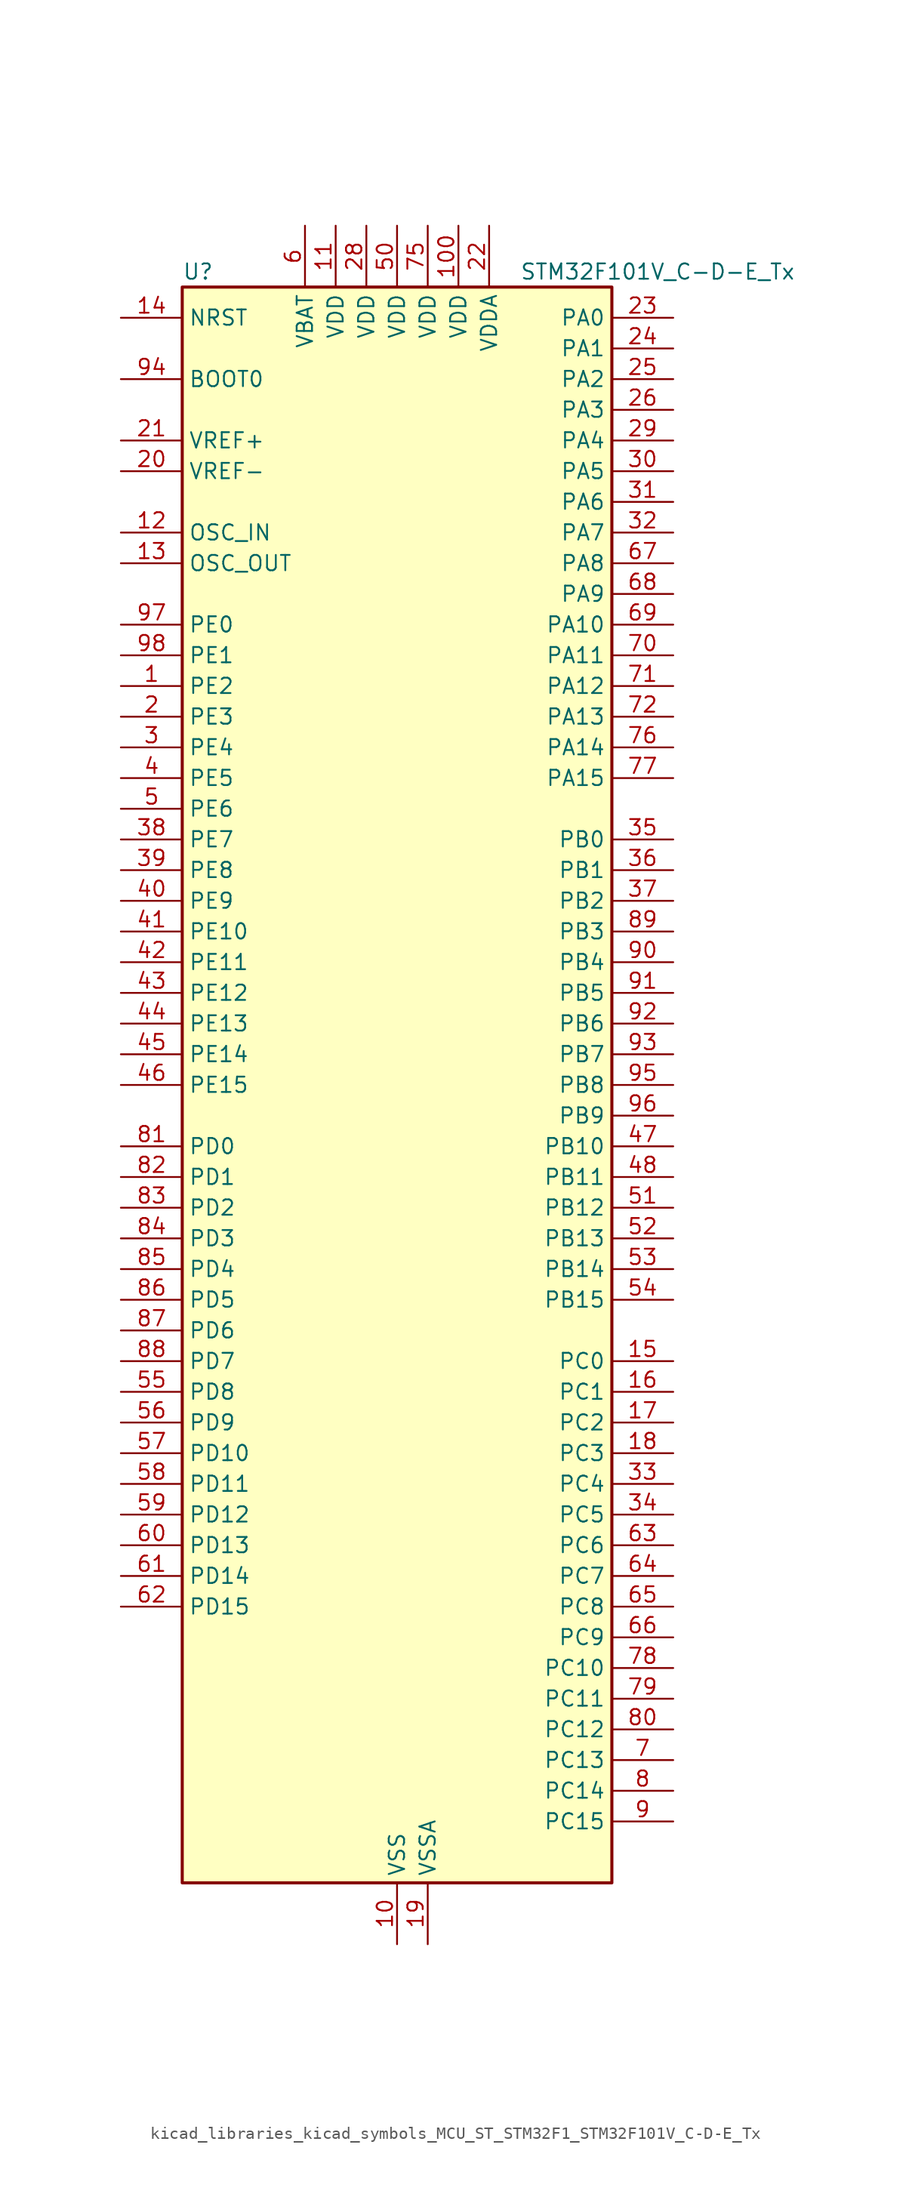
<source format=kicad_sym>
(kicad_symbol_lib
  (version 20220914)
  (generator kicad_symbol_editor)
  (symbol "kicad_libraries_kicad_symbols_MCU_ST_STM32F1_STM32F101V_C-D-E_Tx"
    (property "Reference" "U"
      (at -17.78 67.31 0)
      (effects (font (size 1.27 1.27)) (justify left)))
    (property "Value" "STM32F101V_C-D-E_Tx"
      (at 10.16 67.31 0)
      (effects (font (size 1.27 1.27)) (justify left)))
    (property "ki_locked" ""
      (at 0 0 0)
      (effects (font (size 1.27 1.27))))
    (symbol "kicad_libraries_kicad_symbols_MCU_ST_STM32F1_STM32F101V_C-D-E_Tx_0_1"
      (rectangle (start -17.78 -66.04) (end 17.78 66.04) (stroke (width 0.254) (type default)) (fill (type background))))
    (symbol "kicad_libraries_kicad_symbols_MCU_ST_STM32F1_STM32F101V_C-D-E_Tx_1_1"
      (pin bidirectional line (at -22.86 33.02 0) (length 5.08) (name "PE2" (effects (font (size 1.27 1.27)))) (number "1" (effects (font (size 1.27 1.27)))) (alternate "FSMC_A23" bidirectional line) (alternate "SYS_TRACECLK" bidirectional line))
      (pin power_in line (at 0 -71.12 90) (length 5.08) (name "VSS" (effects (font (size 1.27 1.27)))) (number "10" (effects (font (size 1.27 1.27)))))
      (pin power_in line (at 5.08 71.12 270) (length 5.08) (name "VDD" (effects (font (size 1.27 1.27)))) (number "100" (effects (font (size 1.27 1.27)))))
      (pin power_in line (at -5.08 71.12 270) (length 5.08) (name "VDD" (effects (font (size 1.27 1.27)))) (number "11" (effects (font (size 1.27 1.27)))))
      (pin input line (at -22.86 45.72 0) (length 5.08) (name "OSC_IN" (effects (font (size 1.27 1.27)))) (number "12" (effects (font (size 1.27 1.27)))) (alternate "RCC_OSC_IN" bidirectional line))
      (pin input line (at -22.86 43.18 0) (length 5.08) (name "OSC_OUT" (effects (font (size 1.27 1.27)))) (number "13" (effects (font (size 1.27 1.27)))) (alternate "RCC_OSC_OUT" bidirectional line))
      (pin input line (at -22.86 63.5 0) (length 5.08) (name "NRST" (effects (font (size 1.27 1.27)))) (number "14" (effects (font (size 1.27 1.27)))))
      (pin bidirectional line (at 22.86 -22.86 180) (length 5.08) (name "PC0" (effects (font (size 1.27 1.27)))) (number "15" (effects (font (size 1.27 1.27)))) (alternate "ADC1_IN10" bidirectional line))
      (pin bidirectional line (at 22.86 -25.4 180) (length 5.08) (name "PC1" (effects (font (size 1.27 1.27)))) (number "16" (effects (font (size 1.27 1.27)))) (alternate "ADC1_IN11" bidirectional line))
      (pin bidirectional line (at 22.86 -27.94 180) (length 5.08) (name "PC2" (effects (font (size 1.27 1.27)))) (number "17" (effects (font (size 1.27 1.27)))) (alternate "ADC1_IN12" bidirectional line))
      (pin bidirectional line (at 22.86 -30.48 180) (length 5.08) (name "PC3" (effects (font (size 1.27 1.27)))) (number "18" (effects (font (size 1.27 1.27)))) (alternate "ADC1_IN13" bidirectional line))
      (pin power_in line (at 2.54 -71.12 90) (length 5.08) (name "VSSA" (effects (font (size 1.27 1.27)))) (number "19" (effects (font (size 1.27 1.27)))))
      (pin bidirectional line (at -22.86 30.48 0) (length 5.08) (name "PE3" (effects (font (size 1.27 1.27)))) (number "2" (effects (font (size 1.27 1.27)))) (alternate "FSMC_A19" bidirectional line) (alternate "SYS_TRACED0" bidirectional line))
      (pin input line (at -22.86 50.8 0) (length 5.08) (name "VREF-" (effects (font (size 1.27 1.27)))) (number "20" (effects (font (size 1.27 1.27)))))
      (pin input line (at -22.86 53.34 0) (length 5.08) (name "VREF+" (effects (font (size 1.27 1.27)))) (number "21" (effects (font (size 1.27 1.27)))))
      (pin power_in line (at 7.62 71.12 270) (length 5.08) (name "VDDA" (effects (font (size 1.27 1.27)))) (number "22" (effects (font (size 1.27 1.27)))))
      (pin bidirectional line (at 22.86 63.5 180) (length 5.08) (name "PA0" (effects (font (size 1.27 1.27)))) (number "23" (effects (font (size 1.27 1.27)))) (alternate "ADC1_IN0" bidirectional line) (alternate "SYS_WKUP" bidirectional line) (alternate "TIM2_CH1" bidirectional line) (alternate "TIM2_ETR" bidirectional line) (alternate "TIM5_CH1" bidirectional line) (alternate "USART2_CTS" bidirectional line))
      (pin bidirectional line (at 22.86 60.96 180) (length 5.08) (name "PA1" (effects (font (size 1.27 1.27)))) (number "24" (effects (font (size 1.27 1.27)))) (alternate "ADC1_IN1" bidirectional line) (alternate "TIM2_CH2" bidirectional line) (alternate "TIM5_CH2" bidirectional line) (alternate "USART2_RTS" bidirectional line))
      (pin bidirectional line (at 22.86 58.42 180) (length 5.08) (name "PA2" (effects (font (size 1.27 1.27)))) (number "25" (effects (font (size 1.27 1.27)))) (alternate "ADC1_IN2" bidirectional line) (alternate "TIM2_CH3" bidirectional line) (alternate "TIM5_CH3" bidirectional line) (alternate "USART2_TX" bidirectional line))
      (pin bidirectional line (at 22.86 55.88 180) (length 5.08) (name "PA3" (effects (font (size 1.27 1.27)))) (number "26" (effects (font (size 1.27 1.27)))) (alternate "ADC1_IN3" bidirectional line) (alternate "TIM2_CH4" bidirectional line) (alternate "TIM5_CH4" bidirectional line) (alternate "USART2_RX" bidirectional line))
      (pin passive line (at 0 -71.12 90) (length 5.08) hide (name "VSS" (effects (font (size 1.27 1.27)))) (number "27" (effects (font (size 1.27 1.27)))))
      (pin power_in line (at -2.54 71.12 270) (length 5.08) (name "VDD" (effects (font (size 1.27 1.27)))) (number "28" (effects (font (size 1.27 1.27)))))
      (pin bidirectional line (at 22.86 53.34 180) (length 5.08) (name "PA4" (effects (font (size 1.27 1.27)))) (number "29" (effects (font (size 1.27 1.27)))) (alternate "ADC1_IN4" bidirectional line) (alternate "DAC_OUT1" bidirectional line) (alternate "SPI1_NSS" bidirectional line) (alternate "USART2_CK" bidirectional line))
      (pin bidirectional line (at -22.86 27.94 0) (length 5.08) (name "PE4" (effects (font (size 1.27 1.27)))) (number "3" (effects (font (size 1.27 1.27)))) (alternate "FSMC_A20" bidirectional line) (alternate "SYS_TRACED1" bidirectional line))
      (pin bidirectional line (at 22.86 50.8 180) (length 5.08) (name "PA5" (effects (font (size 1.27 1.27)))) (number "30" (effects (font (size 1.27 1.27)))) (alternate "ADC1_IN5" bidirectional line) (alternate "DAC_OUT2" bidirectional line) (alternate "SPI1_SCK" bidirectional line))
      (pin bidirectional line (at 22.86 48.26 180) (length 5.08) (name "PA6" (effects (font (size 1.27 1.27)))) (number "31" (effects (font (size 1.27 1.27)))) (alternate "ADC1_IN6" bidirectional line) (alternate "SPI1_MISO" bidirectional line) (alternate "TIM3_CH1" bidirectional line))
      (pin bidirectional line (at 22.86 45.72 180) (length 5.08) (name "PA7" (effects (font (size 1.27 1.27)))) (number "32" (effects (font (size 1.27 1.27)))) (alternate "ADC1_IN7" bidirectional line) (alternate "SPI1_MOSI" bidirectional line) (alternate "TIM3_CH2" bidirectional line))
      (pin bidirectional line (at 22.86 -33.02 180) (length 5.08) (name "PC4" (effects (font (size 1.27 1.27)))) (number "33" (effects (font (size 1.27 1.27)))) (alternate "ADC1_IN14" bidirectional line))
      (pin bidirectional line (at 22.86 -35.56 180) (length 5.08) (name "PC5" (effects (font (size 1.27 1.27)))) (number "34" (effects (font (size 1.27 1.27)))) (alternate "ADC1_IN15" bidirectional line))
      (pin bidirectional line (at 22.86 20.32 180) (length 5.08) (name "PB0" (effects (font (size 1.27 1.27)))) (number "35" (effects (font (size 1.27 1.27)))) (alternate "ADC1_IN8" bidirectional line) (alternate "TIM3_CH3" bidirectional line))
      (pin bidirectional line (at 22.86 17.78 180) (length 5.08) (name "PB1" (effects (font (size 1.27 1.27)))) (number "36" (effects (font (size 1.27 1.27)))) (alternate "ADC1_IN9" bidirectional line) (alternate "TIM3_CH4" bidirectional line))
      (pin bidirectional line (at 22.86 15.24 180) (length 5.08) (name "PB2" (effects (font (size 1.27 1.27)))) (number "37" (effects (font (size 1.27 1.27)))))
      (pin bidirectional line (at -22.86 20.32 0) (length 5.08) (name "PE7" (effects (font (size 1.27 1.27)))) (number "38" (effects (font (size 1.27 1.27)))) (alternate "FSMC_D4" bidirectional line) (alternate "FSMC_DA4" bidirectional line))
      (pin bidirectional line (at -22.86 17.78 0) (length 5.08) (name "PE8" (effects (font (size 1.27 1.27)))) (number "39" (effects (font (size 1.27 1.27)))) (alternate "FSMC_D5" bidirectional line) (alternate "FSMC_DA5" bidirectional line))
      (pin bidirectional line (at -22.86 25.4 0) (length 5.08) (name "PE5" (effects (font (size 1.27 1.27)))) (number "4" (effects (font (size 1.27 1.27)))) (alternate "FSMC_A21" bidirectional line) (alternate "SYS_TRACED2" bidirectional line))
      (pin bidirectional line (at -22.86 15.24 0) (length 5.08) (name "PE9" (effects (font (size 1.27 1.27)))) (number "40" (effects (font (size 1.27 1.27)))) (alternate "DAC_EXTI9" bidirectional line) (alternate "FSMC_D6" bidirectional line) (alternate "FSMC_DA6" bidirectional line))
      (pin bidirectional line (at -22.86 12.7 0) (length 5.08) (name "PE10" (effects (font (size 1.27 1.27)))) (number "41" (effects (font (size 1.27 1.27)))) (alternate "FSMC_D7" bidirectional line) (alternate "FSMC_DA7" bidirectional line))
      (pin bidirectional line (at -22.86 10.16 0) (length 5.08) (name "PE11" (effects (font (size 1.27 1.27)))) (number "42" (effects (font (size 1.27 1.27)))) (alternate "ADC1_EXTI11" bidirectional line) (alternate "FSMC_D8" bidirectional line) (alternate "FSMC_DA8" bidirectional line))
      (pin bidirectional line (at -22.86 7.62 0) (length 5.08) (name "PE12" (effects (font (size 1.27 1.27)))) (number "43" (effects (font (size 1.27 1.27)))) (alternate "FSMC_D9" bidirectional line) (alternate "FSMC_DA9" bidirectional line))
      (pin bidirectional line (at -22.86 5.08 0) (length 5.08) (name "PE13" (effects (font (size 1.27 1.27)))) (number "44" (effects (font (size 1.27 1.27)))) (alternate "FSMC_D10" bidirectional line) (alternate "FSMC_DA10" bidirectional line))
      (pin bidirectional line (at -22.86 2.54 0) (length 5.08) (name "PE14" (effects (font (size 1.27 1.27)))) (number "45" (effects (font (size 1.27 1.27)))) (alternate "FSMC_D11" bidirectional line) (alternate "FSMC_DA11" bidirectional line))
      (pin bidirectional line (at -22.86 0 0) (length 5.08) (name "PE15" (effects (font (size 1.27 1.27)))) (number "46" (effects (font (size 1.27 1.27)))) (alternate "ADC1_EXTI15" bidirectional line) (alternate "FSMC_D12" bidirectional line) (alternate "FSMC_DA12" bidirectional line))
      (pin bidirectional line (at 22.86 -5.08 180) (length 5.08) (name "PB10" (effects (font (size 1.27 1.27)))) (number "47" (effects (font (size 1.27 1.27)))) (alternate "I2C2_SCL" bidirectional line) (alternate "TIM2_CH3" bidirectional line) (alternate "USART3_TX" bidirectional line))
      (pin bidirectional line (at 22.86 -7.62 180) (length 5.08) (name "PB11" (effects (font (size 1.27 1.27)))) (number "48" (effects (font (size 1.27 1.27)))) (alternate "ADC1_EXTI11" bidirectional line) (alternate "I2C2_SDA" bidirectional line) (alternate "TIM2_CH4" bidirectional line) (alternate "USART3_RX" bidirectional line))
      (pin passive line (at 0 -71.12 90) (length 5.08) hide (name "VSS" (effects (font (size 1.27 1.27)))) (number "49" (effects (font (size 1.27 1.27)))))
      (pin bidirectional line (at -22.86 22.86 0) (length 5.08) (name "PE6" (effects (font (size 1.27 1.27)))) (number "5" (effects (font (size 1.27 1.27)))) (alternate "FSMC_A22" bidirectional line) (alternate "SYS_TRACED3" bidirectional line))
      (pin power_in line (at 0 71.12 270) (length 5.08) (name "VDD" (effects (font (size 1.27 1.27)))) (number "50" (effects (font (size 1.27 1.27)))))
      (pin bidirectional line (at 22.86 -10.16 180) (length 5.08) (name "PB12" (effects (font (size 1.27 1.27)))) (number "51" (effects (font (size 1.27 1.27)))) (alternate "I2C2_SMBA" bidirectional line) (alternate "SPI2_NSS" bidirectional line) (alternate "USART3_CK" bidirectional line))
      (pin bidirectional line (at 22.86 -12.7 180) (length 5.08) (name "PB13" (effects (font (size 1.27 1.27)))) (number "52" (effects (font (size 1.27 1.27)))) (alternate "SPI2_SCK" bidirectional line) (alternate "USART3_CTS" bidirectional line))
      (pin bidirectional line (at 22.86 -15.24 180) (length 5.08) (name "PB14" (effects (font (size 1.27 1.27)))) (number "53" (effects (font (size 1.27 1.27)))) (alternate "SPI2_MISO" bidirectional line) (alternate "USART3_RTS" bidirectional line))
      (pin bidirectional line (at 22.86 -17.78 180) (length 5.08) (name "PB15" (effects (font (size 1.27 1.27)))) (number "54" (effects (font (size 1.27 1.27)))) (alternate "ADC1_EXTI15" bidirectional line) (alternate "SPI2_MOSI" bidirectional line))
      (pin bidirectional line (at -22.86 -25.4 0) (length 5.08) (name "PD8" (effects (font (size 1.27 1.27)))) (number "55" (effects (font (size 1.27 1.27)))) (alternate "FSMC_D13" bidirectional line) (alternate "FSMC_DA13" bidirectional line) (alternate "USART3_TX" bidirectional line))
      (pin bidirectional line (at -22.86 -27.94 0) (length 5.08) (name "PD9" (effects (font (size 1.27 1.27)))) (number "56" (effects (font (size 1.27 1.27)))) (alternate "DAC_EXTI9" bidirectional line) (alternate "FSMC_D14" bidirectional line) (alternate "FSMC_DA14" bidirectional line) (alternate "USART3_RX" bidirectional line))
      (pin bidirectional line (at -22.86 -30.48 0) (length 5.08) (name "PD10" (effects (font (size 1.27 1.27)))) (number "57" (effects (font (size 1.27 1.27)))) (alternate "FSMC_D15" bidirectional line) (alternate "FSMC_DA15" bidirectional line) (alternate "USART3_CK" bidirectional line))
      (pin bidirectional line (at -22.86 -33.02 0) (length 5.08) (name "PD11" (effects (font (size 1.27 1.27)))) (number "58" (effects (font (size 1.27 1.27)))) (alternate "ADC1_EXTI11" bidirectional line) (alternate "FSMC_A16" bidirectional line) (alternate "FSMC_CLE" bidirectional line) (alternate "USART3_CTS" bidirectional line))
      (pin bidirectional line (at -22.86 -35.56 0) (length 5.08) (name "PD12" (effects (font (size 1.27 1.27)))) (number "59" (effects (font (size 1.27 1.27)))) (alternate "FSMC_A17" bidirectional line) (alternate "FSMC_ALE" bidirectional line) (alternate "TIM4_CH1" bidirectional line) (alternate "USART3_RTS" bidirectional line))
      (pin power_in line (at -7.62 71.12 270) (length 5.08) (name "VBAT" (effects (font (size 1.27 1.27)))) (number "6" (effects (font (size 1.27 1.27)))))
      (pin bidirectional line (at -22.86 -38.1 0) (length 5.08) (name "PD13" (effects (font (size 1.27 1.27)))) (number "60" (effects (font (size 1.27 1.27)))) (alternate "FSMC_A18" bidirectional line) (alternate "TIM4_CH2" bidirectional line))
      (pin bidirectional line (at -22.86 -40.64 0) (length 5.08) (name "PD14" (effects (font (size 1.27 1.27)))) (number "61" (effects (font (size 1.27 1.27)))) (alternate "FSMC_D0" bidirectional line) (alternate "FSMC_DA0" bidirectional line) (alternate "TIM4_CH3" bidirectional line))
      (pin bidirectional line (at -22.86 -43.18 0) (length 5.08) (name "PD15" (effects (font (size 1.27 1.27)))) (number "62" (effects (font (size 1.27 1.27)))) (alternate "ADC1_EXTI15" bidirectional line) (alternate "FSMC_D1" bidirectional line) (alternate "FSMC_DA1" bidirectional line) (alternate "TIM4_CH4" bidirectional line))
      (pin bidirectional line (at 22.86 -38.1 180) (length 5.08) (name "PC6" (effects (font (size 1.27 1.27)))) (number "63" (effects (font (size 1.27 1.27)))) (alternate "TIM3_CH1" bidirectional line))
      (pin bidirectional line (at 22.86 -40.64 180) (length 5.08) (name "PC7" (effects (font (size 1.27 1.27)))) (number "64" (effects (font (size 1.27 1.27)))) (alternate "TIM3_CH2" bidirectional line))
      (pin bidirectional line (at 22.86 -43.18 180) (length 5.08) (name "PC8" (effects (font (size 1.27 1.27)))) (number "65" (effects (font (size 1.27 1.27)))) (alternate "TIM3_CH3" bidirectional line))
      (pin bidirectional line (at 22.86 -45.72 180) (length 5.08) (name "PC9" (effects (font (size 1.27 1.27)))) (number "66" (effects (font (size 1.27 1.27)))) (alternate "DAC_EXTI9" bidirectional line) (alternate "TIM3_CH4" bidirectional line))
      (pin bidirectional line (at 22.86 43.18 180) (length 5.08) (name "PA8" (effects (font (size 1.27 1.27)))) (number "67" (effects (font (size 1.27 1.27)))) (alternate "RCC_MCO" bidirectional line) (alternate "USART1_CK" bidirectional line))
      (pin bidirectional line (at 22.86 40.64 180) (length 5.08) (name "PA9" (effects (font (size 1.27 1.27)))) (number "68" (effects (font (size 1.27 1.27)))) (alternate "DAC_EXTI9" bidirectional line) (alternate "USART1_TX" bidirectional line))
      (pin bidirectional line (at 22.86 38.1 180) (length 5.08) (name "PA10" (effects (font (size 1.27 1.27)))) (number "69" (effects (font (size 1.27 1.27)))) (alternate "USART1_RX" bidirectional line))
      (pin bidirectional line (at 22.86 -55.88 180) (length 5.08) (name "PC13" (effects (font (size 1.27 1.27)))) (number "7" (effects (font (size 1.27 1.27)))) (alternate "RTC_OUT" bidirectional line) (alternate "RTC_TAMPER" bidirectional line))
      (pin bidirectional line (at 22.86 35.56 180) (length 5.08) (name "PA11" (effects (font (size 1.27 1.27)))) (number "70" (effects (font (size 1.27 1.27)))) (alternate "ADC1_EXTI11" bidirectional line) (alternate "USART1_CTS" bidirectional line))
      (pin bidirectional line (at 22.86 33.02 180) (length 5.08) (name "PA12" (effects (font (size 1.27 1.27)))) (number "71" (effects (font (size 1.27 1.27)))) (alternate "USART1_RTS" bidirectional line))
      (pin bidirectional line (at 22.86 30.48 180) (length 5.08) (name "PA13" (effects (font (size 1.27 1.27)))) (number "72" (effects (font (size 1.27 1.27)))) (alternate "SYS_JTMS-SWDIO" bidirectional line))
      (pin no_connect line (at -17.78 -66.04 0) (length 5.08) hide (name "NC" (effects (font (size 1.27 1.27)))) (number "73" (effects (font (size 1.27 1.27)))))
      (pin passive line (at 0 -71.12 90) (length 5.08) hide (name "VSS" (effects (font (size 1.27 1.27)))) (number "74" (effects (font (size 1.27 1.27)))))
      (pin power_in line (at 2.54 71.12 270) (length 5.08) (name "VDD" (effects (font (size 1.27 1.27)))) (number "75" (effects (font (size 1.27 1.27)))))
      (pin bidirectional line (at 22.86 27.94 180) (length 5.08) (name "PA14" (effects (font (size 1.27 1.27)))) (number "76" (effects (font (size 1.27 1.27)))) (alternate "SYS_JTCK-SWCLK" bidirectional line))
      (pin bidirectional line (at 22.86 25.4 180) (length 5.08) (name "PA15" (effects (font (size 1.27 1.27)))) (number "77" (effects (font (size 1.27 1.27)))) (alternate "ADC1_EXTI15" bidirectional line) (alternate "SPI1_NSS" bidirectional line) (alternate "SPI3_NSS" bidirectional line) (alternate "SYS_JTDI" bidirectional line) (alternate "TIM2_CH1" bidirectional line) (alternate "TIM2_ETR" bidirectional line))
      (pin bidirectional line (at 22.86 -48.26 180) (length 5.08) (name "PC10" (effects (font (size 1.27 1.27)))) (number "78" (effects (font (size 1.27 1.27)))) (alternate "UART4_TX" bidirectional line) (alternate "USART3_TX" bidirectional line))
      (pin bidirectional line (at 22.86 -50.8 180) (length 5.08) (name "PC11" (effects (font (size 1.27 1.27)))) (number "79" (effects (font (size 1.27 1.27)))) (alternate "ADC1_EXTI11" bidirectional line) (alternate "UART4_RX" bidirectional line) (alternate "USART3_RX" bidirectional line))
      (pin bidirectional line (at 22.86 -58.42 180) (length 5.08) (name "PC14" (effects (font (size 1.27 1.27)))) (number "8" (effects (font (size 1.27 1.27)))) (alternate "RCC_OSC32_IN" bidirectional line))
      (pin bidirectional line (at 22.86 -53.34 180) (length 5.08) (name "PC12" (effects (font (size 1.27 1.27)))) (number "80" (effects (font (size 1.27 1.27)))) (alternate "UART5_TX" bidirectional line) (alternate "USART3_CK" bidirectional line))
      (pin bidirectional line (at -22.86 -5.08 0) (length 5.08) (name "PD0" (effects (font (size 1.27 1.27)))) (number "81" (effects (font (size 1.27 1.27)))) (alternate "FSMC_D2" bidirectional line) (alternate "FSMC_DA2" bidirectional line))
      (pin bidirectional line (at -22.86 -7.62 0) (length 5.08) (name "PD1" (effects (font (size 1.27 1.27)))) (number "82" (effects (font (size 1.27 1.27)))) (alternate "FSMC_D3" bidirectional line) (alternate "FSMC_DA3" bidirectional line))
      (pin bidirectional line (at -22.86 -10.16 0) (length 5.08) (name "PD2" (effects (font (size 1.27 1.27)))) (number "83" (effects (font (size 1.27 1.27)))) (alternate "TIM3_ETR" bidirectional line) (alternate "UART5_RX" bidirectional line))
      (pin bidirectional line (at -22.86 -12.7 0) (length 5.08) (name "PD3" (effects (font (size 1.27 1.27)))) (number "84" (effects (font (size 1.27 1.27)))) (alternate "FSMC_CLK" bidirectional line) (alternate "USART2_CTS" bidirectional line))
      (pin bidirectional line (at -22.86 -15.24 0) (length 5.08) (name "PD4" (effects (font (size 1.27 1.27)))) (number "85" (effects (font (size 1.27 1.27)))) (alternate "FSMC_NOE" bidirectional line) (alternate "USART2_RTS" bidirectional line))
      (pin bidirectional line (at -22.86 -17.78 0) (length 5.08) (name "PD5" (effects (font (size 1.27 1.27)))) (number "86" (effects (font (size 1.27 1.27)))) (alternate "FSMC_NWE" bidirectional line) (alternate "USART2_TX" bidirectional line))
      (pin bidirectional line (at -22.86 -20.32 0) (length 5.08) (name "PD6" (effects (font (size 1.27 1.27)))) (number "87" (effects (font (size 1.27 1.27)))) (alternate "FSMC_NWAIT" bidirectional line) (alternate "USART2_RX" bidirectional line))
      (pin bidirectional line (at -22.86 -22.86 0) (length 5.08) (name "PD7" (effects (font (size 1.27 1.27)))) (number "88" (effects (font (size 1.27 1.27)))) (alternate "FSMC_NCE2" bidirectional line) (alternate "FSMC_NE1" bidirectional line) (alternate "USART2_CK" bidirectional line))
      (pin bidirectional line (at 22.86 12.7 180) (length 5.08) (name "PB3" (effects (font (size 1.27 1.27)))) (number "89" (effects (font (size 1.27 1.27)))) (alternate "SPI1_SCK" bidirectional line) (alternate "SPI3_SCK" bidirectional line) (alternate "SYS_JTDO-TRACESWO" bidirectional line) (alternate "TIM2_CH2" bidirectional line))
      (pin bidirectional line (at 22.86 -60.96 180) (length 5.08) (name "PC15" (effects (font (size 1.27 1.27)))) (number "9" (effects (font (size 1.27 1.27)))) (alternate "ADC1_EXTI15" bidirectional line) (alternate "RCC_OSC32_OUT" bidirectional line))
      (pin bidirectional line (at 22.86 10.16 180) (length 5.08) (name "PB4" (effects (font (size 1.27 1.27)))) (number "90" (effects (font (size 1.27 1.27)))) (alternate "SPI1_MISO" bidirectional line) (alternate "SPI3_MISO" bidirectional line) (alternate "SYS_NJTRST" bidirectional line) (alternate "TIM3_CH1" bidirectional line))
      (pin bidirectional line (at 22.86 7.62 180) (length 5.08) (name "PB5" (effects (font (size 1.27 1.27)))) (number "91" (effects (font (size 1.27 1.27)))) (alternate "I2C1_SMBA" bidirectional line) (alternate "SPI1_MOSI" bidirectional line) (alternate "SPI3_MOSI" bidirectional line) (alternate "TIM3_CH2" bidirectional line))
      (pin bidirectional line (at 22.86 5.08 180) (length 5.08) (name "PB6" (effects (font (size 1.27 1.27)))) (number "92" (effects (font (size 1.27 1.27)))) (alternate "I2C1_SCL" bidirectional line) (alternate "TIM4_CH1" bidirectional line) (alternate "USART1_TX" bidirectional line))
      (pin bidirectional line (at 22.86 2.54 180) (length 5.08) (name "PB7" (effects (font (size 1.27 1.27)))) (number "93" (effects (font (size 1.27 1.27)))) (alternate "FSMC_NL" bidirectional line) (alternate "I2C1_SDA" bidirectional line) (alternate "TIM4_CH2" bidirectional line) (alternate "USART1_RX" bidirectional line))
      (pin input line (at -22.86 58.42 0) (length 5.08) (name "BOOT0" (effects (font (size 1.27 1.27)))) (number "94" (effects (font (size 1.27 1.27)))))
      (pin bidirectional line (at 22.86 0 180) (length 5.08) (name "PB8" (effects (font (size 1.27 1.27)))) (number "95" (effects (font (size 1.27 1.27)))) (alternate "I2C1_SCL" bidirectional line) (alternate "TIM4_CH3" bidirectional line))
      (pin bidirectional line (at 22.86 -2.54 180) (length 5.08) (name "PB9" (effects (font (size 1.27 1.27)))) (number "96" (effects (font (size 1.27 1.27)))) (alternate "DAC_EXTI9" bidirectional line) (alternate "I2C1_SDA" bidirectional line) (alternate "TIM4_CH4" bidirectional line))
      (pin bidirectional line (at -22.86 38.1 0) (length 5.08) (name "PE0" (effects (font (size 1.27 1.27)))) (number "97" (effects (font (size 1.27 1.27)))) (alternate "FSMC_NBL0" bidirectional line) (alternate "TIM4_ETR" bidirectional line))
      (pin bidirectional line (at -22.86 35.56 0) (length 5.08) (name "PE1" (effects (font (size 1.27 1.27)))) (number "98" (effects (font (size 1.27 1.27)))) (alternate "FSMC_NBL1" bidirectional line))
      (pin passive line (at 0 -71.12 90) (length 5.08) hide (name "VSS" (effects (font (size 1.27 1.27)))) (number "99" (effects (font (size 1.27 1.27))))))))
</source>
